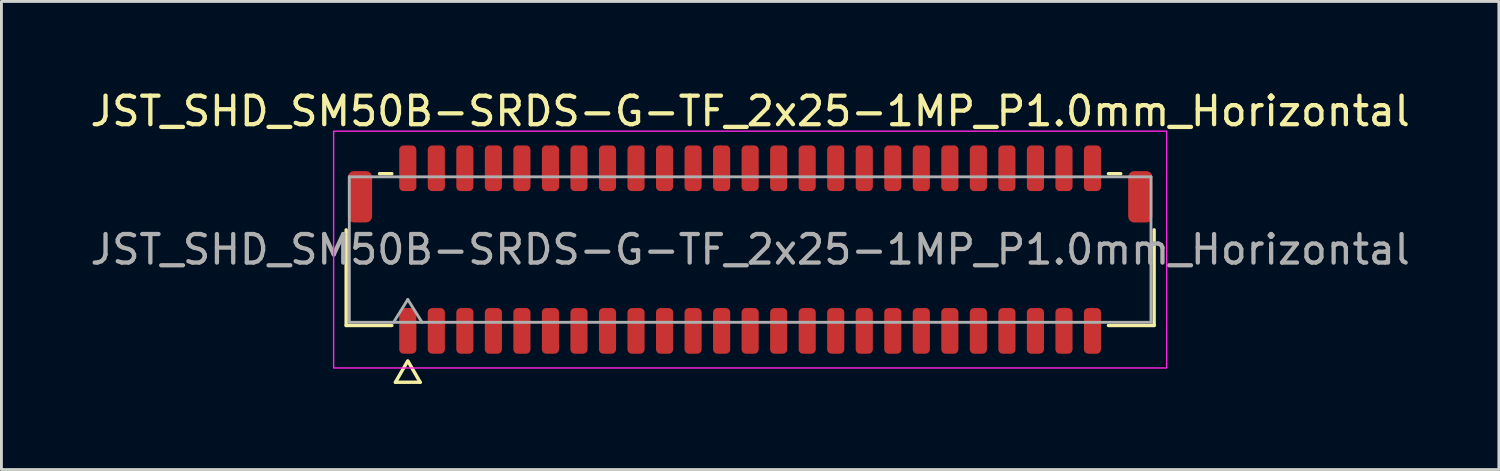
<source format=kicad_pcb>
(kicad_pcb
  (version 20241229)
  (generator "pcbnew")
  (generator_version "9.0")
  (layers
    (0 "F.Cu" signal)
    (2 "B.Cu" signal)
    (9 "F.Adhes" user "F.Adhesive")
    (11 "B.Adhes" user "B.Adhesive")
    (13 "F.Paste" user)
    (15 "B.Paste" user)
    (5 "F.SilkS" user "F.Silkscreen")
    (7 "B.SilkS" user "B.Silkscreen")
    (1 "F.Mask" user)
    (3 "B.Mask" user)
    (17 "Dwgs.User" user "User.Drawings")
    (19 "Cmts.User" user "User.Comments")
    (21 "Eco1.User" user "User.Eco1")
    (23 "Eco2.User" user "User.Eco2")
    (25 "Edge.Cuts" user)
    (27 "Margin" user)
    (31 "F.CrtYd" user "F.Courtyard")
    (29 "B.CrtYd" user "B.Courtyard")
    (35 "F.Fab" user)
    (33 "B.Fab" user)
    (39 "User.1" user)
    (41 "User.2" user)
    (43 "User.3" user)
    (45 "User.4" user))
  (footprint "JST_SHD_SM50B-SRDS-G-TF_2x25-1MP_P1.0mm_Horizontal"
    (layer "F.Cu")
    (at 23.244 5.698)
    (property "Reference" "JST_SHD_SM50B-SRDS-G-TF_2x25-1MP_P1.0mm_Horizontal" (at 0 -4.85 0) (layer "F.SilkS") (effects (font (size 1 1) (thickness 0.15))))
    (attr smd)
    (fp_line (start -14.16 2.66) (end -14.16 -0.69) (stroke (width 0.12) (type solid)) (layer "F.SilkS"))
    (fp_line (start -12.99 -2.66) (end -12.56 -2.66) (stroke (width 0.12) (type solid)) (layer "F.SilkS"))
    (fp_line (start -12.56 2.66) (end -14.16 2.66) (stroke (width 0.12) (type solid)) (layer "F.SilkS"))
    (fp_line (start -12.433 4.65) (end -12.006 3.91) (stroke (width 0.12) (type solid)) (layer "F.SilkS"))
    (fp_line (start -11.994 3.91) (end -11.567 4.65) (stroke (width 0.12) (type solid)) (layer "F.SilkS"))
    (fp_line (start -11.567 4.65) (end -12.433 4.65) (stroke (width 0.12) (type solid)) (layer "F.SilkS"))
    (fp_line (start 12.56 -2.66) (end 12.99 -2.66) (stroke (width 0.12) (type solid)) (layer "F.SilkS"))
    (fp_line (start 14.16 -0.69) (end 14.16 2.66) (stroke (width 0.12) (type solid)) (layer "F.SilkS"))
    (fp_line (start 14.16 2.66) (end 12.56 2.66) (stroke (width 0.12) (type solid)) (layer "F.SilkS"))
    (fp_rect (start -14.6 -4.15) (end 14.6 4.15) (stroke (width 0.05) (type solid)) (fill no) (layer "F.CrtYd"))
    (fp_line (start -14.05 -2.55) (end 14.05 -2.55) (stroke (width 0.1) (type solid)) (layer "F.Fab"))
    (fp_line (start -14.05 2.55) (end -14.05 -2.55) (stroke (width 0.1) (type solid)) (layer "F.Fab"))
    (fp_line (start -12.5 2.55) (end -12 1.75) (stroke (width 0.1) (type solid)) (layer "F.Fab"))
    (fp_line (start -12 1.75) (end -11.5 2.55) (stroke (width 0.1) (type solid)) (layer "F.Fab"))
    (fp_line (start 14.05 -2.55) (end 14.05 2.55) (stroke (width 0.1) (type solid)) (layer "F.Fab"))
    (fp_line (start 14.05 2.55) (end -14.05 2.55) (stroke (width 0.1) (type solid)) (layer "F.Fab"))
    (fp_text user "${REFERENCE}" (at 0 0 0) (layer "F.Fab") (effects (font (size 1 1) (thickness 0.15))))
    (pad "1" smd roundrect (at -12 2.85) (size 0.6 1.6) (layers "F.Cu" "F.Mask" "F.Paste") (roundrect_rratio 0.25))
    (pad "2" smd roundrect (at -12 -2.85) (size 0.6 1.6) (layers "F.Cu" "F.Mask" "F.Paste") (roundrect_rratio 0.25))
    (pad "3" smd roundrect (at -11 2.85) (size 0.6 1.6) (layers "F.Cu" "F.Mask" "F.Paste") (roundrect_rratio 0.25))
    (pad "4" smd roundrect (at -11 -2.85) (size 0.6 1.6) (layers "F.Cu" "F.Mask" "F.Paste") (roundrect_rratio 0.25))
    (pad "5" smd roundrect (at -10 2.85) (size 0.6 1.6) (layers "F.Cu" "F.Mask" "F.Paste") (roundrect_rratio 0.25))
    (pad "6" smd roundrect (at -10 -2.85) (size 0.6 1.6) (layers "F.Cu" "F.Mask" "F.Paste") (roundrect_rratio 0.25))
    (pad "7" smd roundrect (at -9 2.85) (size 0.6 1.6) (layers "F.Cu" "F.Mask" "F.Paste") (roundrect_rratio 0.25))
    (pad "8" smd roundrect (at -9 -2.85) (size 0.6 1.6) (layers "F.Cu" "F.Mask" "F.Paste") (roundrect_rratio 0.25))
    (pad "9" smd roundrect (at -8 2.85) (size 0.6 1.6) (layers "F.Cu" "F.Mask" "F.Paste") (roundrect_rratio 0.25))
    (pad "10" smd roundrect (at -8 -2.85) (size 0.6 1.6) (layers "F.Cu" "F.Mask" "F.Paste") (roundrect_rratio 0.25))
    (pad "11" smd roundrect (at -7 2.85) (size 0.6 1.6) (layers "F.Cu" "F.Mask" "F.Paste") (roundrect_rratio 0.25))
    (pad "12" smd roundrect (at -7 -2.85) (size 0.6 1.6) (layers "F.Cu" "F.Mask" "F.Paste") (roundrect_rratio 0.25))
    (pad "13" smd roundrect (at -6 2.85) (size 0.6 1.6) (layers "F.Cu" "F.Mask" "F.Paste") (roundrect_rratio 0.25))
    (pad "14" smd roundrect (at -6 -2.85) (size 0.6 1.6) (layers "F.Cu" "F.Mask" "F.Paste") (roundrect_rratio 0.25))
    (pad "15" smd roundrect (at -5 2.85) (size 0.6 1.6) (layers "F.Cu" "F.Mask" "F.Paste") (roundrect_rratio 0.25))
    (pad "16" smd roundrect (at -5 -2.85) (size 0.6 1.6) (layers "F.Cu" "F.Mask" "F.Paste") (roundrect_rratio 0.25))
    (pad "17" smd roundrect (at -4 2.85) (size 0.6 1.6) (layers "F.Cu" "F.Mask" "F.Paste") (roundrect_rratio 0.25))
    (pad "18" smd roundrect (at -4 -2.85) (size 0.6 1.6) (layers "F.Cu" "F.Mask" "F.Paste") (roundrect_rratio 0.25))
    (pad "19" smd roundrect (at -3 2.85) (size 0.6 1.6) (layers "F.Cu" "F.Mask" "F.Paste") (roundrect_rratio 0.25))
    (pad "20" smd roundrect (at -3 -2.85) (size 0.6 1.6) (layers "F.Cu" "F.Mask" "F.Paste") (roundrect_rratio 0.25))
    (pad "21" smd roundrect (at -2 2.85) (size 0.6 1.6) (layers "F.Cu" "F.Mask" "F.Paste") (roundrect_rratio 0.25))
    (pad "22" smd roundrect (at -2 -2.85) (size 0.6 1.6) (layers "F.Cu" "F.Mask" "F.Paste") (roundrect_rratio 0.25))
    (pad "23" smd roundrect (at -1 2.85) (size 0.6 1.6) (layers "F.Cu" "F.Mask" "F.Paste") (roundrect_rratio 0.25))
    (pad "24" smd roundrect (at -1 -2.85) (size 0.6 1.6) (layers "F.Cu" "F.Mask" "F.Paste") (roundrect_rratio 0.25))
    (pad "25" smd roundrect (at 0 2.85) (size 0.6 1.6) (layers "F.Cu" "F.Mask" "F.Paste") (roundrect_rratio 0.25))
    (pad "26" smd roundrect (at 0 -2.85) (size 0.6 1.6) (layers "F.Cu" "F.Mask" "F.Paste") (roundrect_rratio 0.25))
    (pad "27" smd roundrect (at 1 2.85) (size 0.6 1.6) (layers "F.Cu" "F.Mask" "F.Paste") (roundrect_rratio 0.25))
    (pad "28" smd roundrect (at 1 -2.85) (size 0.6 1.6) (layers "F.Cu" "F.Mask" "F.Paste") (roundrect_rratio 0.25))
    (pad "29" smd roundrect (at 2 2.85) (size 0.6 1.6) (layers "F.Cu" "F.Mask" "F.Paste") (roundrect_rratio 0.25))
    (pad "30" smd roundrect (at 2 -2.85) (size 0.6 1.6) (layers "F.Cu" "F.Mask" "F.Paste") (roundrect_rratio 0.25))
    (pad "31" smd roundrect (at 3 2.85) (size 0.6 1.6) (layers "F.Cu" "F.Mask" "F.Paste") (roundrect_rratio 0.25))
    (pad "32" smd roundrect (at 3 -2.85) (size 0.6 1.6) (layers "F.Cu" "F.Mask" "F.Paste") (roundrect_rratio 0.25))
    (pad "33" smd roundrect (at 4 2.85) (size 0.6 1.6) (layers "F.Cu" "F.Mask" "F.Paste") (roundrect_rratio 0.25))
    (pad "34" smd roundrect (at 4 -2.85) (size 0.6 1.6) (layers "F.Cu" "F.Mask" "F.Paste") (roundrect_rratio 0.25))
    (pad "35" smd roundrect (at 5 2.85) (size 0.6 1.6) (layers "F.Cu" "F.Mask" "F.Paste") (roundrect_rratio 0.25))
    (pad "36" smd roundrect (at 5 -2.85) (size 0.6 1.6) (layers "F.Cu" "F.Mask" "F.Paste") (roundrect_rratio 0.25))
    (pad "37" smd roundrect (at 6 2.85) (size 0.6 1.6) (layers "F.Cu" "F.Mask" "F.Paste") (roundrect_rratio 0.25))
    (pad "38" smd roundrect (at 6 -2.85) (size 0.6 1.6) (layers "F.Cu" "F.Mask" "F.Paste") (roundrect_rratio 0.25))
    (pad "39" smd roundrect (at 7 2.85) (size 0.6 1.6) (layers "F.Cu" "F.Mask" "F.Paste") (roundrect_rratio 0.25))
    (pad "40" smd roundrect (at 7 -2.85) (size 0.6 1.6) (layers "F.Cu" "F.Mask" "F.Paste") (roundrect_rratio 0.25))
    (pad "41" smd roundrect (at 8 2.85) (size 0.6 1.6) (layers "F.Cu" "F.Mask" "F.Paste") (roundrect_rratio 0.25))
    (pad "42" smd roundrect (at 8 -2.85) (size 0.6 1.6) (layers "F.Cu" "F.Mask" "F.Paste") (roundrect_rratio 0.25))
    (pad "43" smd roundrect (at 9 2.85) (size 0.6 1.6) (layers "F.Cu" "F.Mask" "F.Paste") (roundrect_rratio 0.25))
    (pad "44" smd roundrect (at 9 -2.85) (size 0.6 1.6) (layers "F.Cu" "F.Mask" "F.Paste") (roundrect_rratio 0.25))
    (pad "45" smd roundrect (at 10 2.85) (size 0.6 1.6) (layers "F.Cu" "F.Mask" "F.Paste") (roundrect_rratio 0.25))
    (pad "46" smd roundrect (at 10 -2.85) (size 0.6 1.6) (layers "F.Cu" "F.Mask" "F.Paste") (roundrect_rratio 0.25))
    (pad "47" smd roundrect (at 11 2.85) (size 0.6 1.6) (layers "F.Cu" "F.Mask" "F.Paste") (roundrect_rratio 0.25))
    (pad "48" smd roundrect (at 11 -2.85) (size 0.6 1.6) (layers "F.Cu" "F.Mask" "F.Paste") (roundrect_rratio 0.25))
    (pad "49" smd roundrect (at 12 2.85) (size 0.6 1.6) (layers "F.Cu" "F.Mask" "F.Paste") (roundrect_rratio 0.25))
    (pad "50" smd roundrect (at 12 -2.85) (size 0.6 1.6) (layers "F.Cu" "F.Mask" "F.Paste") (roundrect_rratio 0.25))
    (pad "MP" smd roundrect (at -13.675 -1.85) (size 0.85 1.8) (layers "F.Cu" "F.Mask" "F.Paste") (roundrect_rratio 0.25))
    (pad "MP" smd roundrect (at 13.675 -1.85) (size 0.85 1.8) (layers "F.Cu" "F.Mask" "F.Paste") (roundrect_rratio 0.25)))
  (gr_rect
    (start -3 -3)
    (end 49.488 13.408)
    (stroke (width 0.1) (type default))
    (fill no)
    (layer "Edge.Cuts")))
</source>
